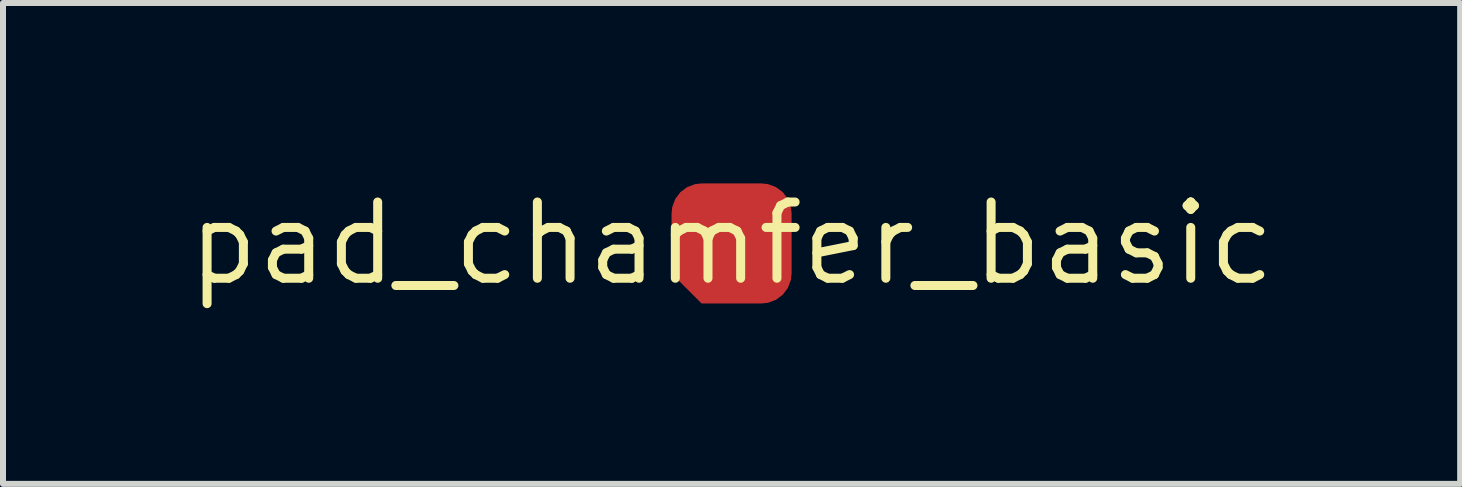
<source format=kicad_pcb>
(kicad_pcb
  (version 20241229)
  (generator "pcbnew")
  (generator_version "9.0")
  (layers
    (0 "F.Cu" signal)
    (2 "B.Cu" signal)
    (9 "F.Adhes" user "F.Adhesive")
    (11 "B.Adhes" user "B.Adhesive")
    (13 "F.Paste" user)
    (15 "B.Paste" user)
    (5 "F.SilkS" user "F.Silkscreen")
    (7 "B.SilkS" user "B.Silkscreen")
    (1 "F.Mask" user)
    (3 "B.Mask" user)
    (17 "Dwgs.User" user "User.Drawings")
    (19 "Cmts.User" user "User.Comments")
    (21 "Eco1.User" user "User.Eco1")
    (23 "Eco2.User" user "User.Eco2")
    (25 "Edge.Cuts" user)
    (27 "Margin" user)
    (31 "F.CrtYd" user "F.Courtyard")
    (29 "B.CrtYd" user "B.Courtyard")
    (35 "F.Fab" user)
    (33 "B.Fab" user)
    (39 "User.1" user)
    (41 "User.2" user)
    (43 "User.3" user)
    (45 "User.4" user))
  (footprint "pad_chamfer_basic"
    (layer "F.Cu")
    (at 9.139 1.006)
    (property "Reference" "pad_chamfer_basic" (at 0 0 0) (layer "F.SilkS") (effects (font (size 1.27 1.27) (thickness 0.15))))
    (attr smd)
    (pad "42" smd roundrect (at 0 0) (size 2 2) (layers "F.Cu") (roundrect_rratio 0.25) (chamfer_ratio 0.25) (chamfer bottom_left)))
  (gr_rect
    (start -3 -3)
    (end 21.278 5.012)
    (stroke (width 0.1) (type default))
    (fill no)
    (layer "Edge.Cuts")))
</source>
